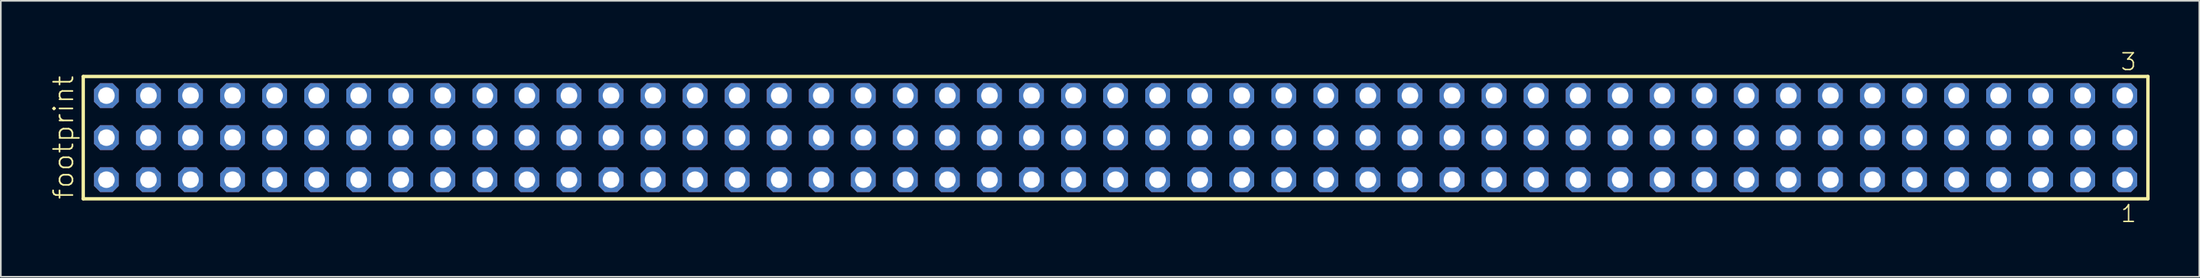
<source format=kicad_pcb>
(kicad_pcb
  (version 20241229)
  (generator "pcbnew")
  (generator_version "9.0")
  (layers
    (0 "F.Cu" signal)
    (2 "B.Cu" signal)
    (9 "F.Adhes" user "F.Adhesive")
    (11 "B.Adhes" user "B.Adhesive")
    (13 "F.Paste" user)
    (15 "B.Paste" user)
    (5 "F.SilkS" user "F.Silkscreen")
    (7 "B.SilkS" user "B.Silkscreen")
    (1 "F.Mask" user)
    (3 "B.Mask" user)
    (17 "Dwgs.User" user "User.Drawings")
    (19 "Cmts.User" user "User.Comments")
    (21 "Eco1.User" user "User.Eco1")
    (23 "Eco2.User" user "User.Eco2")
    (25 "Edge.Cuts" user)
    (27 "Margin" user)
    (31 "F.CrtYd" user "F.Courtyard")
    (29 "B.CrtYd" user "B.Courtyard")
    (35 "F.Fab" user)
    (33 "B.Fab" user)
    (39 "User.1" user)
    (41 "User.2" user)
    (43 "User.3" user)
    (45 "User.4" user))
  (footprint "footprint"
    (layer "F.Cu")
    (at 64.338 5.265)
    (property "Reference" "footprint" (at -62.865 3.81 90) (layer "F.SilkS") (effects (font (size 1.168 1.168) (thickness 0.102)) (justify left bottom)))
    (fp_line (start -62.359 -3.695) (end 62.359 -3.695) (stroke (width 0.203) (type solid)) (layer "F.SilkS"))
    (fp_line (start -62.359 3.695) (end -62.359 -3.695) (stroke (width 0.203) (type solid)) (layer "F.SilkS"))
    (fp_line (start 62.359 -3.695) (end 62.359 3.695) (stroke (width 0.203) (type solid)) (layer "F.SilkS"))
    (fp_line (start 62.359 3.695) (end -62.359 3.695) (stroke (width 0.203) (type solid)) (layer "F.SilkS"))
    (fp_poly (pts (xy -61.31 -2.19) (xy -60.61 -2.19) (xy -60.61 -2.89) (xy -61.31 -2.89)) (stroke (width 0.1) (type solid)) (fill no) (layer "F.Fab"))
    (fp_poly (pts (xy -61.31 0.35) (xy -60.61 0.35) (xy -60.61 -0.35) (xy -61.31 -0.35)) (stroke (width 0.1) (type solid)) (fill no) (layer "F.Fab"))
    (fp_poly (pts (xy -61.31 2.89) (xy -60.61 2.89) (xy -60.61 2.19) (xy -61.31 2.19)) (stroke (width 0.1) (type solid)) (fill no) (layer "F.Fab"))
    (fp_poly (pts (xy -58.77 -2.19) (xy -58.07 -2.19) (xy -58.07 -2.89) (xy -58.77 -2.89)) (stroke (width 0.1) (type solid)) (fill no) (layer "F.Fab"))
    (fp_poly (pts (xy -58.77 0.35) (xy -58.07 0.35) (xy -58.07 -0.35) (xy -58.77 -0.35)) (stroke (width 0.1) (type solid)) (fill no) (layer "F.Fab"))
    (fp_poly (pts (xy -58.77 2.89) (xy -58.07 2.89) (xy -58.07 2.19) (xy -58.77 2.19)) (stroke (width 0.1) (type solid)) (fill no) (layer "F.Fab"))
    (fp_poly (pts (xy -56.23 -2.19) (xy -55.53 -2.19) (xy -55.53 -2.89) (xy -56.23 -2.89)) (stroke (width 0.1) (type solid)) (fill no) (layer "F.Fab"))
    (fp_poly (pts (xy -56.23 0.35) (xy -55.53 0.35) (xy -55.53 -0.35) (xy -56.23 -0.35)) (stroke (width 0.1) (type solid)) (fill no) (layer "F.Fab"))
    (fp_poly (pts (xy -56.23 2.89) (xy -55.53 2.89) (xy -55.53 2.19) (xy -56.23 2.19)) (stroke (width 0.1) (type solid)) (fill no) (layer "F.Fab"))
    (fp_poly (pts (xy -53.69 -2.19) (xy -52.99 -2.19) (xy -52.99 -2.89) (xy -53.69 -2.89)) (stroke (width 0.1) (type solid)) (fill no) (layer "F.Fab"))
    (fp_poly (pts (xy -53.69 0.35) (xy -52.99 0.35) (xy -52.99 -0.35) (xy -53.69 -0.35)) (stroke (width 0.1) (type solid)) (fill no) (layer "F.Fab"))
    (fp_poly (pts (xy -53.69 2.89) (xy -52.99 2.89) (xy -52.99 2.19) (xy -53.69 2.19)) (stroke (width 0.1) (type solid)) (fill no) (layer "F.Fab"))
    (fp_poly (pts (xy -51.15 -2.19) (xy -50.45 -2.19) (xy -50.45 -2.89) (xy -51.15 -2.89)) (stroke (width 0.1) (type solid)) (fill no) (layer "F.Fab"))
    (fp_poly (pts (xy -51.15 0.35) (xy -50.45 0.35) (xy -50.45 -0.35) (xy -51.15 -0.35)) (stroke (width 0.1) (type solid)) (fill no) (layer "F.Fab"))
    (fp_poly (pts (xy -51.15 2.89) (xy -50.45 2.89) (xy -50.45 2.19) (xy -51.15 2.19)) (stroke (width 0.1) (type solid)) (fill no) (layer "F.Fab"))
    (fp_poly (pts (xy -48.61 -2.19) (xy -47.91 -2.19) (xy -47.91 -2.89) (xy -48.61 -2.89)) (stroke (width 0.1) (type solid)) (fill no) (layer "F.Fab"))
    (fp_poly (pts (xy -48.61 0.35) (xy -47.91 0.35) (xy -47.91 -0.35) (xy -48.61 -0.35)) (stroke (width 0.1) (type solid)) (fill no) (layer "F.Fab"))
    (fp_poly (pts (xy -48.61 2.89) (xy -47.91 2.89) (xy -47.91 2.19) (xy -48.61 2.19)) (stroke (width 0.1) (type solid)) (fill no) (layer "F.Fab"))
    (fp_poly (pts (xy -46.07 -2.19) (xy -45.37 -2.19) (xy -45.37 -2.89) (xy -46.07 -2.89)) (stroke (width 0.1) (type solid)) (fill no) (layer "F.Fab"))
    (fp_poly (pts (xy -46.07 0.35) (xy -45.37 0.35) (xy -45.37 -0.35) (xy -46.07 -0.35)) (stroke (width 0.1) (type solid)) (fill no) (layer "F.Fab"))
    (fp_poly (pts (xy -46.07 2.89) (xy -45.37 2.89) (xy -45.37 2.19) (xy -46.07 2.19)) (stroke (width 0.1) (type solid)) (fill no) (layer "F.Fab"))
    (fp_poly (pts (xy -43.53 -2.19) (xy -42.83 -2.19) (xy -42.83 -2.89) (xy -43.53 -2.89)) (stroke (width 0.1) (type solid)) (fill no) (layer "F.Fab"))
    (fp_poly (pts (xy -43.53 0.35) (xy -42.83 0.35) (xy -42.83 -0.35) (xy -43.53 -0.35)) (stroke (width 0.1) (type solid)) (fill no) (layer "F.Fab"))
    (fp_poly (pts (xy -43.53 2.89) (xy -42.83 2.89) (xy -42.83 2.19) (xy -43.53 2.19)) (stroke (width 0.1) (type solid)) (fill no) (layer "F.Fab"))
    (fp_poly (pts (xy -40.99 -2.19) (xy -40.29 -2.19) (xy -40.29 -2.89) (xy -40.99 -2.89)) (stroke (width 0.1) (type solid)) (fill no) (layer "F.Fab"))
    (fp_poly (pts (xy -40.99 0.35) (xy -40.29 0.35) (xy -40.29 -0.35) (xy -40.99 -0.35)) (stroke (width 0.1) (type solid)) (fill no) (layer "F.Fab"))
    (fp_poly (pts (xy -40.99 2.89) (xy -40.29 2.89) (xy -40.29 2.19) (xy -40.99 2.19)) (stroke (width 0.1) (type solid)) (fill no) (layer "F.Fab"))
    (fp_poly (pts (xy -38.45 -2.19) (xy -37.75 -2.19) (xy -37.75 -2.89) (xy -38.45 -2.89)) (stroke (width 0.1) (type solid)) (fill no) (layer "F.Fab"))
    (fp_poly (pts (xy -38.45 0.35) (xy -37.75 0.35) (xy -37.75 -0.35) (xy -38.45 -0.35)) (stroke (width 0.1) (type solid)) (fill no) (layer "F.Fab"))
    (fp_poly (pts (xy -38.45 2.89) (xy -37.75 2.89) (xy -37.75 2.19) (xy -38.45 2.19)) (stroke (width 0.1) (type solid)) (fill no) (layer "F.Fab"))
    (fp_poly (pts (xy -35.91 -2.19) (xy -35.21 -2.19) (xy -35.21 -2.89) (xy -35.91 -2.89)) (stroke (width 0.1) (type solid)) (fill no) (layer "F.Fab"))
    (fp_poly (pts (xy -35.91 0.35) (xy -35.21 0.35) (xy -35.21 -0.35) (xy -35.91 -0.35)) (stroke (width 0.1) (type solid)) (fill no) (layer "F.Fab"))
    (fp_poly (pts (xy -35.91 2.89) (xy -35.21 2.89) (xy -35.21 2.19) (xy -35.91 2.19)) (stroke (width 0.1) (type solid)) (fill no) (layer "F.Fab"))
    (fp_poly (pts (xy -33.37 -2.19) (xy -32.67 -2.19) (xy -32.67 -2.89) (xy -33.37 -2.89)) (stroke (width 0.1) (type solid)) (fill no) (layer "F.Fab"))
    (fp_poly (pts (xy -33.37 0.35) (xy -32.67 0.35) (xy -32.67 -0.35) (xy -33.37 -0.35)) (stroke (width 0.1) (type solid)) (fill no) (layer "F.Fab"))
    (fp_poly (pts (xy -33.37 2.89) (xy -32.67 2.89) (xy -32.67 2.19) (xy -33.37 2.19)) (stroke (width 0.1) (type solid)) (fill no) (layer "F.Fab"))
    (fp_poly (pts (xy -30.83 -2.19) (xy -30.13 -2.19) (xy -30.13 -2.89) (xy -30.83 -2.89)) (stroke (width 0.1) (type solid)) (fill no) (layer "F.Fab"))
    (fp_poly (pts (xy -30.83 0.35) (xy -30.13 0.35) (xy -30.13 -0.35) (xy -30.83 -0.35)) (stroke (width 0.1) (type solid)) (fill no) (layer "F.Fab"))
    (fp_poly (pts (xy -30.83 2.89) (xy -30.13 2.89) (xy -30.13 2.19) (xy -30.83 2.19)) (stroke (width 0.1) (type solid)) (fill no) (layer "F.Fab"))
    (fp_poly (pts (xy -28.29 -2.19) (xy -27.59 -2.19) (xy -27.59 -2.89) (xy -28.29 -2.89)) (stroke (width 0.1) (type solid)) (fill no) (layer "F.Fab"))
    (fp_poly (pts (xy -28.29 0.35) (xy -27.59 0.35) (xy -27.59 -0.35) (xy -28.29 -0.35)) (stroke (width 0.1) (type solid)) (fill no) (layer "F.Fab"))
    (fp_poly (pts (xy -28.29 2.89) (xy -27.59 2.89) (xy -27.59 2.19) (xy -28.29 2.19)) (stroke (width 0.1) (type solid)) (fill no) (layer "F.Fab"))
    (fp_poly (pts (xy -25.75 -2.19) (xy -25.05 -2.19) (xy -25.05 -2.89) (xy -25.75 -2.89)) (stroke (width 0.1) (type solid)) (fill no) (layer "F.Fab"))
    (fp_poly (pts (xy -25.75 0.35) (xy -25.05 0.35) (xy -25.05 -0.35) (xy -25.75 -0.35)) (stroke (width 0.1) (type solid)) (fill no) (layer "F.Fab"))
    (fp_poly (pts (xy -25.75 2.89) (xy -25.05 2.89) (xy -25.05 2.19) (xy -25.75 2.19)) (stroke (width 0.1) (type solid)) (fill no) (layer "F.Fab"))
    (fp_poly (pts (xy -23.21 -2.19) (xy -22.51 -2.19) (xy -22.51 -2.89) (xy -23.21 -2.89)) (stroke (width 0.1) (type solid)) (fill no) (layer "F.Fab"))
    (fp_poly (pts (xy -23.21 0.35) (xy -22.51 0.35) (xy -22.51 -0.35) (xy -23.21 -0.35)) (stroke (width 0.1) (type solid)) (fill no) (layer "F.Fab"))
    (fp_poly (pts (xy -23.21 2.89) (xy -22.51 2.89) (xy -22.51 2.19) (xy -23.21 2.19)) (stroke (width 0.1) (type solid)) (fill no) (layer "F.Fab"))
    (fp_poly (pts (xy -20.67 -2.19) (xy -19.97 -2.19) (xy -19.97 -2.89) (xy -20.67 -2.89)) (stroke (width 0.1) (type solid)) (fill no) (layer "F.Fab"))
    (fp_poly (pts (xy -20.67 0.35) (xy -19.97 0.35) (xy -19.97 -0.35) (xy -20.67 -0.35)) (stroke (width 0.1) (type solid)) (fill no) (layer "F.Fab"))
    (fp_poly (pts (xy -20.67 2.89) (xy -19.97 2.89) (xy -19.97 2.19) (xy -20.67 2.19)) (stroke (width 0.1) (type solid)) (fill no) (layer "F.Fab"))
    (fp_poly (pts (xy -18.13 -2.19) (xy -17.43 -2.19) (xy -17.43 -2.89) (xy -18.13 -2.89)) (stroke (width 0.1) (type solid)) (fill no) (layer "F.Fab"))
    (fp_poly (pts (xy -18.13 0.35) (xy -17.43 0.35) (xy -17.43 -0.35) (xy -18.13 -0.35)) (stroke (width 0.1) (type solid)) (fill no) (layer "F.Fab"))
    (fp_poly (pts (xy -18.13 2.89) (xy -17.43 2.89) (xy -17.43 2.19) (xy -18.13 2.19)) (stroke (width 0.1) (type solid)) (fill no) (layer "F.Fab"))
    (fp_poly (pts (xy -15.59 -2.19) (xy -14.89 -2.19) (xy -14.89 -2.89) (xy -15.59 -2.89)) (stroke (width 0.1) (type solid)) (fill no) (layer "F.Fab"))
    (fp_poly (pts (xy -15.59 0.35) (xy -14.89 0.35) (xy -14.89 -0.35) (xy -15.59 -0.35)) (stroke (width 0.1) (type solid)) (fill no) (layer "F.Fab"))
    (fp_poly (pts (xy -15.59 2.89) (xy -14.89 2.89) (xy -14.89 2.19) (xy -15.59 2.19)) (stroke (width 0.1) (type solid)) (fill no) (layer "F.Fab"))
    (fp_poly (pts (xy -13.05 -2.19) (xy -12.35 -2.19) (xy -12.35 -2.89) (xy -13.05 -2.89)) (stroke (width 0.1) (type solid)) (fill no) (layer "F.Fab"))
    (fp_poly (pts (xy -13.05 0.35) (xy -12.35 0.35) (xy -12.35 -0.35) (xy -13.05 -0.35)) (stroke (width 0.1) (type solid)) (fill no) (layer "F.Fab"))
    (fp_poly (pts (xy -13.05 2.89) (xy -12.35 2.89) (xy -12.35 2.19) (xy -13.05 2.19)) (stroke (width 0.1) (type solid)) (fill no) (layer "F.Fab"))
    (fp_poly (pts (xy -10.51 -2.19) (xy -9.81 -2.19) (xy -9.81 -2.89) (xy -10.51 -2.89)) (stroke (width 0.1) (type solid)) (fill no) (layer "F.Fab"))
    (fp_poly (pts (xy -10.51 0.35) (xy -9.81 0.35) (xy -9.81 -0.35) (xy -10.51 -0.35)) (stroke (width 0.1) (type solid)) (fill no) (layer "F.Fab"))
    (fp_poly (pts (xy -10.51 2.89) (xy -9.81 2.89) (xy -9.81 2.19) (xy -10.51 2.19)) (stroke (width 0.1) (type solid)) (fill no) (layer "F.Fab"))
    (fp_poly (pts (xy -7.97 -2.19) (xy -7.27 -2.19) (xy -7.27 -2.89) (xy -7.97 -2.89)) (stroke (width 0.1) (type solid)) (fill no) (layer "F.Fab"))
    (fp_poly (pts (xy -7.97 0.35) (xy -7.27 0.35) (xy -7.27 -0.35) (xy -7.97 -0.35)) (stroke (width 0.1) (type solid)) (fill no) (layer "F.Fab"))
    (fp_poly (pts (xy -7.97 2.89) (xy -7.27 2.89) (xy -7.27 2.19) (xy -7.97 2.19)) (stroke (width 0.1) (type solid)) (fill no) (layer "F.Fab"))
    (fp_poly (pts (xy -5.43 -2.19) (xy -4.73 -2.19) (xy -4.73 -2.89) (xy -5.43 -2.89)) (stroke (width 0.1) (type solid)) (fill no) (layer "F.Fab"))
    (fp_poly (pts (xy -5.43 0.35) (xy -4.73 0.35) (xy -4.73 -0.35) (xy -5.43 -0.35)) (stroke (width 0.1) (type solid)) (fill no) (layer "F.Fab"))
    (fp_poly (pts (xy -5.43 2.89) (xy -4.73 2.89) (xy -4.73 2.19) (xy -5.43 2.19)) (stroke (width 0.1) (type solid)) (fill no) (layer "F.Fab"))
    (fp_poly (pts (xy -2.89 -2.19) (xy -2.19 -2.19) (xy -2.19 -2.89) (xy -2.89 -2.89)) (stroke (width 0.1) (type solid)) (fill no) (layer "F.Fab"))
    (fp_poly (pts (xy -2.89 0.35) (xy -2.19 0.35) (xy -2.19 -0.35) (xy -2.89 -0.35)) (stroke (width 0.1) (type solid)) (fill no) (layer "F.Fab"))
    (fp_poly (pts (xy -2.89 2.89) (xy -2.19 2.89) (xy -2.19 2.19) (xy -2.89 2.19)) (stroke (width 0.1) (type solid)) (fill no) (layer "F.Fab"))
    (fp_poly (pts (xy -0.35 -2.19) (xy 0.35 -2.19) (xy 0.35 -2.89) (xy -0.35 -2.89)) (stroke (width 0.1) (type solid)) (fill no) (layer "F.Fab"))
    (fp_poly (pts (xy -0.35 0.35) (xy 0.35 0.35) (xy 0.35 -0.35) (xy -0.35 -0.35)) (stroke (width 0.1) (type solid)) (fill no) (layer "F.Fab"))
    (fp_poly (pts (xy -0.35 2.89) (xy 0.35 2.89) (xy 0.35 2.19) (xy -0.35 2.19)) (stroke (width 0.1) (type solid)) (fill no) (layer "F.Fab"))
    (fp_poly (pts (xy 2.19 -2.19) (xy 2.89 -2.19) (xy 2.89 -2.89) (xy 2.19 -2.89)) (stroke (width 0.1) (type solid)) (fill no) (layer "F.Fab"))
    (fp_poly (pts (xy 2.19 0.35) (xy 2.89 0.35) (xy 2.89 -0.35) (xy 2.19 -0.35)) (stroke (width 0.1) (type solid)) (fill no) (layer "F.Fab"))
    (fp_poly (pts (xy 2.19 2.89) (xy 2.89 2.89) (xy 2.89 2.19) (xy 2.19 2.19)) (stroke (width 0.1) (type solid)) (fill no) (layer "F.Fab"))
    (fp_poly (pts (xy 4.73 -2.19) (xy 5.43 -2.19) (xy 5.43 -2.89) (xy 4.73 -2.89)) (stroke (width 0.1) (type solid)) (fill no) (layer "F.Fab"))
    (fp_poly (pts (xy 4.73 0.35) (xy 5.43 0.35) (xy 5.43 -0.35) (xy 4.73 -0.35)) (stroke (width 0.1) (type solid)) (fill no) (layer "F.Fab"))
    (fp_poly (pts (xy 4.73 2.89) (xy 5.43 2.89) (xy 5.43 2.19) (xy 4.73 2.19)) (stroke (width 0.1) (type solid)) (fill no) (layer "F.Fab"))
    (fp_poly (pts (xy 7.27 -2.19) (xy 7.97 -2.19) (xy 7.97 -2.89) (xy 7.27 -2.89)) (stroke (width 0.1) (type solid)) (fill no) (layer "F.Fab"))
    (fp_poly (pts (xy 7.27 0.35) (xy 7.97 0.35) (xy 7.97 -0.35) (xy 7.27 -0.35)) (stroke (width 0.1) (type solid)) (fill no) (layer "F.Fab"))
    (fp_poly (pts (xy 7.27 2.89) (xy 7.97 2.89) (xy 7.97 2.19) (xy 7.27 2.19)) (stroke (width 0.1) (type solid)) (fill no) (layer "F.Fab"))
    (fp_poly (pts (xy 9.81 -2.19) (xy 10.51 -2.19) (xy 10.51 -2.89) (xy 9.81 -2.89)) (stroke (width 0.1) (type solid)) (fill no) (layer "F.Fab"))
    (fp_poly (pts (xy 9.81 0.35) (xy 10.51 0.35) (xy 10.51 -0.35) (xy 9.81 -0.35)) (stroke (width 0.1) (type solid)) (fill no) (layer "F.Fab"))
    (fp_poly (pts (xy 9.81 2.89) (xy 10.51 2.89) (xy 10.51 2.19) (xy 9.81 2.19)) (stroke (width 0.1) (type solid)) (fill no) (layer "F.Fab"))
    (fp_poly (pts (xy 12.35 -2.19) (xy 13.05 -2.19) (xy 13.05 -2.89) (xy 12.35 -2.89)) (stroke (width 0.1) (type solid)) (fill no) (layer "F.Fab"))
    (fp_poly (pts (xy 12.35 0.35) (xy 13.05 0.35) (xy 13.05 -0.35) (xy 12.35 -0.35)) (stroke (width 0.1) (type solid)) (fill no) (layer "F.Fab"))
    (fp_poly (pts (xy 12.35 2.89) (xy 13.05 2.89) (xy 13.05 2.19) (xy 12.35 2.19)) (stroke (width 0.1) (type solid)) (fill no) (layer "F.Fab"))
    (fp_poly (pts (xy 14.89 -2.19) (xy 15.59 -2.19) (xy 15.59 -2.89) (xy 14.89 -2.89)) (stroke (width 0.1) (type solid)) (fill no) (layer "F.Fab"))
    (fp_poly (pts (xy 14.89 0.35) (xy 15.59 0.35) (xy 15.59 -0.35) (xy 14.89 -0.35)) (stroke (width 0.1) (type solid)) (fill no) (layer "F.Fab"))
    (fp_poly (pts (xy 14.89 2.89) (xy 15.59 2.89) (xy 15.59 2.19) (xy 14.89 2.19)) (stroke (width 0.1) (type solid)) (fill no) (layer "F.Fab"))
    (fp_poly (pts (xy 17.43 -2.19) (xy 18.13 -2.19) (xy 18.13 -2.89) (xy 17.43 -2.89)) (stroke (width 0.1) (type solid)) (fill no) (layer "F.Fab"))
    (fp_poly (pts (xy 17.43 0.35) (xy 18.13 0.35) (xy 18.13 -0.35) (xy 17.43 -0.35)) (stroke (width 0.1) (type solid)) (fill no) (layer "F.Fab"))
    (fp_poly (pts (xy 17.43 2.89) (xy 18.13 2.89) (xy 18.13 2.19) (xy 17.43 2.19)) (stroke (width 0.1) (type solid)) (fill no) (layer "F.Fab"))
    (fp_poly (pts (xy 19.97 -2.19) (xy 20.67 -2.19) (xy 20.67 -2.89) (xy 19.97 -2.89)) (stroke (width 0.1) (type solid)) (fill no) (layer "F.Fab"))
    (fp_poly (pts (xy 19.97 0.35) (xy 20.67 0.35) (xy 20.67 -0.35) (xy 19.97 -0.35)) (stroke (width 0.1) (type solid)) (fill no) (layer "F.Fab"))
    (fp_poly (pts (xy 19.97 2.89) (xy 20.67 2.89) (xy 20.67 2.19) (xy 19.97 2.19)) (stroke (width 0.1) (type solid)) (fill no) (layer "F.Fab"))
    (fp_poly (pts (xy 22.51 -2.19) (xy 23.21 -2.19) (xy 23.21 -2.89) (xy 22.51 -2.89)) (stroke (width 0.1) (type solid)) (fill no) (layer "F.Fab"))
    (fp_poly (pts (xy 22.51 0.35) (xy 23.21 0.35) (xy 23.21 -0.35) (xy 22.51 -0.35)) (stroke (width 0.1) (type solid)) (fill no) (layer "F.Fab"))
    (fp_poly (pts (xy 22.51 2.89) (xy 23.21 2.89) (xy 23.21 2.19) (xy 22.51 2.19)) (stroke (width 0.1) (type solid)) (fill no) (layer "F.Fab"))
    (fp_poly (pts (xy 25.05 -2.19) (xy 25.75 -2.19) (xy 25.75 -2.89) (xy 25.05 -2.89)) (stroke (width 0.1) (type solid)) (fill no) (layer "F.Fab"))
    (fp_poly (pts (xy 25.05 0.35) (xy 25.75 0.35) (xy 25.75 -0.35) (xy 25.05 -0.35)) (stroke (width 0.1) (type solid)) (fill no) (layer "F.Fab"))
    (fp_poly (pts (xy 25.05 2.89) (xy 25.75 2.89) (xy 25.75 2.19) (xy 25.05 2.19)) (stroke (width 0.1) (type solid)) (fill no) (layer "F.Fab"))
    (fp_poly (pts (xy 27.59 -2.19) (xy 28.29 -2.19) (xy 28.29 -2.89) (xy 27.59 -2.89)) (stroke (width 0.1) (type solid)) (fill no) (layer "F.Fab"))
    (fp_poly (pts (xy 27.59 0.35) (xy 28.29 0.35) (xy 28.29 -0.35) (xy 27.59 -0.35)) (stroke (width 0.1) (type solid)) (fill no) (layer "F.Fab"))
    (fp_poly (pts (xy 27.59 2.89) (xy 28.29 2.89) (xy 28.29 2.19) (xy 27.59 2.19)) (stroke (width 0.1) (type solid)) (fill no) (layer "F.Fab"))
    (fp_poly (pts (xy 30.13 -2.19) (xy 30.83 -2.19) (xy 30.83 -2.89) (xy 30.13 -2.89)) (stroke (width 0.1) (type solid)) (fill no) (layer "F.Fab"))
    (fp_poly (pts (xy 30.13 0.35) (xy 30.83 0.35) (xy 30.83 -0.35) (xy 30.13 -0.35)) (stroke (width 0.1) (type solid)) (fill no) (layer "F.Fab"))
    (fp_poly (pts (xy 30.13 2.89) (xy 30.83 2.89) (xy 30.83 2.19) (xy 30.13 2.19)) (stroke (width 0.1) (type solid)) (fill no) (layer "F.Fab"))
    (fp_poly (pts (xy 32.67 -2.19) (xy 33.37 -2.19) (xy 33.37 -2.89) (xy 32.67 -2.89)) (stroke (width 0.1) (type solid)) (fill no) (layer "F.Fab"))
    (fp_poly (pts (xy 32.67 0.35) (xy 33.37 0.35) (xy 33.37 -0.35) (xy 32.67 -0.35)) (stroke (width 0.1) (type solid)) (fill no) (layer "F.Fab"))
    (fp_poly (pts (xy 32.67 2.89) (xy 33.37 2.89) (xy 33.37 2.19) (xy 32.67 2.19)) (stroke (width 0.1) (type solid)) (fill no) (layer "F.Fab"))
    (fp_poly (pts (xy 35.21 -2.19) (xy 35.91 -2.19) (xy 35.91 -2.89) (xy 35.21 -2.89)) (stroke (width 0.1) (type solid)) (fill no) (layer "F.Fab"))
    (fp_poly (pts (xy 35.21 0.35) (xy 35.91 0.35) (xy 35.91 -0.35) (xy 35.21 -0.35)) (stroke (width 0.1) (type solid)) (fill no) (layer "F.Fab"))
    (fp_poly (pts (xy 35.21 2.89) (xy 35.91 2.89) (xy 35.91 2.19) (xy 35.21 2.19)) (stroke (width 0.1) (type solid)) (fill no) (layer "F.Fab"))
    (fp_poly (pts (xy 37.75 -2.19) (xy 38.45 -2.19) (xy 38.45 -2.89) (xy 37.75 -2.89)) (stroke (width 0.1) (type solid)) (fill no) (layer "F.Fab"))
    (fp_poly (pts (xy 37.75 0.35) (xy 38.45 0.35) (xy 38.45 -0.35) (xy 37.75 -0.35)) (stroke (width 0.1) (type solid)) (fill no) (layer "F.Fab"))
    (fp_poly (pts (xy 37.75 2.89) (xy 38.45 2.89) (xy 38.45 2.19) (xy 37.75 2.19)) (stroke (width 0.1) (type solid)) (fill no) (layer "F.Fab"))
    (fp_poly (pts (xy 40.29 -2.19) (xy 40.99 -2.19) (xy 40.99 -2.89) (xy 40.29 -2.89)) (stroke (width 0.1) (type solid)) (fill no) (layer "F.Fab"))
    (fp_poly (pts (xy 40.29 0.35) (xy 40.99 0.35) (xy 40.99 -0.35) (xy 40.29 -0.35)) (stroke (width 0.1) (type solid)) (fill no) (layer "F.Fab"))
    (fp_poly (pts (xy 40.29 2.89) (xy 40.99 2.89) (xy 40.99 2.19) (xy 40.29 2.19)) (stroke (width 0.1) (type solid)) (fill no) (layer "F.Fab"))
    (fp_poly (pts (xy 42.83 -2.19) (xy 43.53 -2.19) (xy 43.53 -2.89) (xy 42.83 -2.89)) (stroke (width 0.1) (type solid)) (fill no) (layer "F.Fab"))
    (fp_poly (pts (xy 42.83 0.35) (xy 43.53 0.35) (xy 43.53 -0.35) (xy 42.83 -0.35)) (stroke (width 0.1) (type solid)) (fill no) (layer "F.Fab"))
    (fp_poly (pts (xy 42.83 2.89) (xy 43.53 2.89) (xy 43.53 2.19) (xy 42.83 2.19)) (stroke (width 0.1) (type solid)) (fill no) (layer "F.Fab"))
    (fp_poly (pts (xy 45.37 -2.19) (xy 46.07 -2.19) (xy 46.07 -2.89) (xy 45.37 -2.89)) (stroke (width 0.1) (type solid)) (fill no) (layer "F.Fab"))
    (fp_poly (pts (xy 45.37 0.35) (xy 46.07 0.35) (xy 46.07 -0.35) (xy 45.37 -0.35)) (stroke (width 0.1) (type solid)) (fill no) (layer "F.Fab"))
    (fp_poly (pts (xy 45.37 2.89) (xy 46.07 2.89) (xy 46.07 2.19) (xy 45.37 2.19)) (stroke (width 0.1) (type solid)) (fill no) (layer "F.Fab"))
    (fp_poly (pts (xy 47.91 -2.19) (xy 48.61 -2.19) (xy 48.61 -2.89) (xy 47.91 -2.89)) (stroke (width 0.1) (type solid)) (fill no) (layer "F.Fab"))
    (fp_poly (pts (xy 47.91 0.35) (xy 48.61 0.35) (xy 48.61 -0.35) (xy 47.91 -0.35)) (stroke (width 0.1) (type solid)) (fill no) (layer "F.Fab"))
    (fp_poly (pts (xy 47.91 2.89) (xy 48.61 2.89) (xy 48.61 2.19) (xy 47.91 2.19)) (stroke (width 0.1) (type solid)) (fill no) (layer "F.Fab"))
    (fp_poly (pts (xy 50.45 -2.19) (xy 51.15 -2.19) (xy 51.15 -2.89) (xy 50.45 -2.89)) (stroke (width 0.1) (type solid)) (fill no) (layer "F.Fab"))
    (fp_poly (pts (xy 50.45 0.35) (xy 51.15 0.35) (xy 51.15 -0.35) (xy 50.45 -0.35)) (stroke (width 0.1) (type solid)) (fill no) (layer "F.Fab"))
    (fp_poly (pts (xy 50.45 2.89) (xy 51.15 2.89) (xy 51.15 2.19) (xy 50.45 2.19)) (stroke (width 0.1) (type solid)) (fill no) (layer "F.Fab"))
    (fp_poly (pts (xy 52.99 -2.19) (xy 53.69 -2.19) (xy 53.69 -2.89) (xy 52.99 -2.89)) (stroke (width 0.1) (type solid)) (fill no) (layer "F.Fab"))
    (fp_poly (pts (xy 52.99 0.35) (xy 53.69 0.35) (xy 53.69 -0.35) (xy 52.99 -0.35)) (stroke (width 0.1) (type solid)) (fill no) (layer "F.Fab"))
    (fp_poly (pts (xy 52.99 2.89) (xy 53.69 2.89) (xy 53.69 2.19) (xy 52.99 2.19)) (stroke (width 0.1) (type solid)) (fill no) (layer "F.Fab"))
    (fp_poly (pts (xy 55.53 -2.19) (xy 56.23 -2.19) (xy 56.23 -2.89) (xy 55.53 -2.89)) (stroke (width 0.1) (type solid)) (fill no) (layer "F.Fab"))
    (fp_poly (pts (xy 55.53 0.35) (xy 56.23 0.35) (xy 56.23 -0.35) (xy 55.53 -0.35)) (stroke (width 0.1) (type solid)) (fill no) (layer "F.Fab"))
    (fp_poly (pts (xy 55.53 2.89) (xy 56.23 2.89) (xy 56.23 2.19) (xy 55.53 2.19)) (stroke (width 0.1) (type solid)) (fill no) (layer "F.Fab"))
    (fp_poly (pts (xy 58.07 -2.19) (xy 58.77 -2.19) (xy 58.77 -2.89) (xy 58.07 -2.89)) (stroke (width 0.1) (type solid)) (fill no) (layer "F.Fab"))
    (fp_poly (pts (xy 58.07 0.35) (xy 58.77 0.35) (xy 58.77 -0.35) (xy 58.07 -0.35)) (stroke (width 0.1) (type solid)) (fill no) (layer "F.Fab"))
    (fp_poly (pts (xy 58.07 2.89) (xy 58.77 2.89) (xy 58.77 2.19) (xy 58.07 2.19)) (stroke (width 0.1) (type solid)) (fill no) (layer "F.Fab"))
    (fp_poly (pts (xy 60.61 -2.19) (xy 61.31 -2.19) (xy 61.31 -2.89) (xy 60.61 -2.89)) (stroke (width 0.1) (type solid)) (fill no) (layer "F.Fab"))
    (fp_poly (pts (xy 60.61 0.35) (xy 61.31 0.35) (xy 61.31 -0.35) (xy 60.61 -0.35)) (stroke (width 0.1) (type solid)) (fill no) (layer "F.Fab"))
    (fp_poly (pts (xy 60.61 2.89) (xy 61.31 2.89) (xy 61.31 2.19) (xy 60.61 2.19)) (stroke (width 0.1) (type solid)) (fill no) (layer "F.Fab"))
    (fp_text user "3" (at 60.648 -3.989 0) (layer "F.SilkS") (effects (font (size 1.012 1.012) (thickness 0.088)) (justify left bottom)))
    (fp_text user "1" (at 60.652 5.188 0) (layer "F.SilkS") (effects (font (size 1.012 1.012) (thickness 0.088)) (justify left bottom)))
    (pad "1" thru_hole roundrect (at 60.96 2.54 180) (size 1.5 1.5) (drill 1) (layers "*.Cu" "*.Mask") (roundrect_rratio 0.25) (chamfer_ratio 0.25) (chamfer top_left top_right bottom_left bottom_right))
    (pad "2" thru_hole roundrect (at 60.96 0 180) (size 1.5 1.5) (drill 1) (layers "*.Cu" "*.Mask") (roundrect_rratio 0.25) (chamfer_ratio 0.25) (chamfer top_left top_right bottom_left bottom_right))
    (pad "3" thru_hole roundrect (at 60.96 -2.54 180) (size 1.5 1.5) (drill 1) (layers "*.Cu" "*.Mask") (roundrect_rratio 0.25) (chamfer_ratio 0.25) (chamfer top_left top_right bottom_left bottom_right))
    (pad "4" thru_hole roundrect (at 58.42 2.54 180) (size 1.5 1.5) (drill 1) (layers "*.Cu" "*.Mask") (roundrect_rratio 0.25) (chamfer_ratio 0.25) (chamfer top_left top_right bottom_left bottom_right))
    (pad "5" thru_hole roundrect (at 58.42 0 180) (size 1.5 1.5) (drill 1) (layers "*.Cu" "*.Mask") (roundrect_rratio 0.25) (chamfer_ratio 0.25) (chamfer top_left top_right bottom_left bottom_right))
    (pad "6" thru_hole roundrect (at 58.42 -2.54 180) (size 1.5 1.5) (drill 1) (layers "*.Cu" "*.Mask") (roundrect_rratio 0.25) (chamfer_ratio 0.25) (chamfer top_left top_right bottom_left bottom_right))
    (pad "7" thru_hole roundrect (at 55.88 2.54 180) (size 1.5 1.5) (drill 1) (layers "*.Cu" "*.Mask") (roundrect_rratio 0.25) (chamfer_ratio 0.25) (chamfer top_left top_right bottom_left bottom_right))
    (pad "8" thru_hole roundrect (at 55.88 0 180) (size 1.5 1.5) (drill 1) (layers "*.Cu" "*.Mask") (roundrect_rratio 0.25) (chamfer_ratio 0.25) (chamfer top_left top_right bottom_left bottom_right))
    (pad "9" thru_hole roundrect (at 55.88 -2.54 180) (size 1.5 1.5) (drill 1) (layers "*.Cu" "*.Mask") (roundrect_rratio 0.25) (chamfer_ratio 0.25) (chamfer top_left top_right bottom_left bottom_right))
    (pad "10" thru_hole roundrect (at 53.34 2.54 180) (size 1.5 1.5) (drill 1) (layers "*.Cu" "*.Mask") (roundrect_rratio 0.25) (chamfer_ratio 0.25) (chamfer top_left top_right bottom_left bottom_right))
    (pad "11" thru_hole roundrect (at 53.34 0 180) (size 1.5 1.5) (drill 1) (layers "*.Cu" "*.Mask") (roundrect_rratio 0.25) (chamfer_ratio 0.25) (chamfer top_left top_right bottom_left bottom_right))
    (pad "12" thru_hole roundrect (at 53.34 -2.54 180) (size 1.5 1.5) (drill 1) (layers "*.Cu" "*.Mask") (roundrect_rratio 0.25) (chamfer_ratio 0.25) (chamfer top_left top_right bottom_left bottom_right))
    (pad "13" thru_hole roundrect (at 50.8 2.54 180) (size 1.5 1.5) (drill 1) (layers "*.Cu" "*.Mask") (roundrect_rratio 0.25) (chamfer_ratio 0.25) (chamfer top_left top_right bottom_left bottom_right))
    (pad "14" thru_hole roundrect (at 50.8 0 180) (size 1.5 1.5) (drill 1) (layers "*.Cu" "*.Mask") (roundrect_rratio 0.25) (chamfer_ratio 0.25) (chamfer top_left top_right bottom_left bottom_right))
    (pad "15" thru_hole roundrect (at 50.8 -2.54 180) (size 1.5 1.5) (drill 1) (layers "*.Cu" "*.Mask") (roundrect_rratio 0.25) (chamfer_ratio 0.25) (chamfer top_left top_right bottom_left bottom_right))
    (pad "16" thru_hole roundrect (at 48.26 2.54 180) (size 1.5 1.5) (drill 1) (layers "*.Cu" "*.Mask") (roundrect_rratio 0.25) (chamfer_ratio 0.25) (chamfer top_left top_right bottom_left bottom_right))
    (pad "17" thru_hole roundrect (at 48.26 0 180) (size 1.5 1.5) (drill 1) (layers "*.Cu" "*.Mask") (roundrect_rratio 0.25) (chamfer_ratio 0.25) (chamfer top_left top_right bottom_left bottom_right))
    (pad "18" thru_hole roundrect (at 48.26 -2.54 180) (size 1.5 1.5) (drill 1) (layers "*.Cu" "*.Mask") (roundrect_rratio 0.25) (chamfer_ratio 0.25) (chamfer top_left top_right bottom_left bottom_right))
    (pad "19" thru_hole roundrect (at 45.72 2.54 180) (size 1.5 1.5) (drill 1) (layers "*.Cu" "*.Mask") (roundrect_rratio 0.25) (chamfer_ratio 0.25) (chamfer top_left top_right bottom_left bottom_right))
    (pad "20" thru_hole roundrect (at 45.72 0 180) (size 1.5 1.5) (drill 1) (layers "*.Cu" "*.Mask") (roundrect_rratio 0.25) (chamfer_ratio 0.25) (chamfer top_left top_right bottom_left bottom_right))
    (pad "21" thru_hole roundrect (at 45.72 -2.54 180) (size 1.5 1.5) (drill 1) (layers "*.Cu" "*.Mask") (roundrect_rratio 0.25) (chamfer_ratio 0.25) (chamfer top_left top_right bottom_left bottom_right))
    (pad "22" thru_hole roundrect (at 43.18 2.54 180) (size 1.5 1.5) (drill 1) (layers "*.Cu" "*.Mask") (roundrect_rratio 0.25) (chamfer_ratio 0.25) (chamfer top_left top_right bottom_left bottom_right))
    (pad "23" thru_hole roundrect (at 43.18 0 180) (size 1.5 1.5) (drill 1) (layers "*.Cu" "*.Mask") (roundrect_rratio 0.25) (chamfer_ratio 0.25) (chamfer top_left top_right bottom_left bottom_right))
    (pad "24" thru_hole roundrect (at 43.18 -2.54 180) (size 1.5 1.5) (drill 1) (layers "*.Cu" "*.Mask") (roundrect_rratio 0.25) (chamfer_ratio 0.25) (chamfer top_left top_right bottom_left bottom_right))
    (pad "25" thru_hole roundrect (at 40.64 2.54 180) (size 1.5 1.5) (drill 1) (layers "*.Cu" "*.Mask") (roundrect_rratio 0.25) (chamfer_ratio 0.25) (chamfer top_left top_right bottom_left bottom_right))
    (pad "26" thru_hole roundrect (at 40.64 0 180) (size 1.5 1.5) (drill 1) (layers "*.Cu" "*.Mask") (roundrect_rratio 0.25) (chamfer_ratio 0.25) (chamfer top_left top_right bottom_left bottom_right))
    (pad "27" thru_hole roundrect (at 40.64 -2.54 180) (size 1.5 1.5) (drill 1) (layers "*.Cu" "*.Mask") (roundrect_rratio 0.25) (chamfer_ratio 0.25) (chamfer top_left top_right bottom_left bottom_right))
    (pad "28" thru_hole roundrect (at 38.1 2.54 180) (size 1.5 1.5) (drill 1) (layers "*.Cu" "*.Mask") (roundrect_rratio 0.25) (chamfer_ratio 0.25) (chamfer top_left top_right bottom_left bottom_right))
    (pad "29" thru_hole roundrect (at 38.1 0 180) (size 1.5 1.5) (drill 1) (layers "*.Cu" "*.Mask") (roundrect_rratio 0.25) (chamfer_ratio 0.25) (chamfer top_left top_right bottom_left bottom_right))
    (pad "30" thru_hole roundrect (at 38.1 -2.54 180) (size 1.5 1.5) (drill 1) (layers "*.Cu" "*.Mask") (roundrect_rratio 0.25) (chamfer_ratio 0.25) (chamfer top_left top_right bottom_left bottom_right))
    (pad "31" thru_hole roundrect (at 35.56 2.54 180) (size 1.5 1.5) (drill 1) (layers "*.Cu" "*.Mask") (roundrect_rratio 0.25) (chamfer_ratio 0.25) (chamfer top_left top_right bottom_left bottom_right))
    (pad "32" thru_hole roundrect (at 35.56 0 180) (size 1.5 1.5) (drill 1) (layers "*.Cu" "*.Mask") (roundrect_rratio 0.25) (chamfer_ratio 0.25) (chamfer top_left top_right bottom_left bottom_right))
    (pad "33" thru_hole roundrect (at 35.56 -2.54 180) (size 1.5 1.5) (drill 1) (layers "*.Cu" "*.Mask") (roundrect_rratio 0.25) (chamfer_ratio 0.25) (chamfer top_left top_right bottom_left bottom_right))
    (pad "34" thru_hole roundrect (at 33.02 2.54 180) (size 1.5 1.5) (drill 1) (layers "*.Cu" "*.Mask") (roundrect_rratio 0.25) (chamfer_ratio 0.25) (chamfer top_left top_right bottom_left bottom_right))
    (pad "35" thru_hole roundrect (at 33.02 0 180) (size 1.5 1.5) (drill 1) (layers "*.Cu" "*.Mask") (roundrect_rratio 0.25) (chamfer_ratio 0.25) (chamfer top_left top_right bottom_left bottom_right))
    (pad "36" thru_hole roundrect (at 33.02 -2.54 180) (size 1.5 1.5) (drill 1) (layers "*.Cu" "*.Mask") (roundrect_rratio 0.25) (chamfer_ratio 0.25) (chamfer top_left top_right bottom_left bottom_right))
    (pad "37" thru_hole roundrect (at 30.48 2.54 180) (size 1.5 1.5) (drill 1) (layers "*.Cu" "*.Mask") (roundrect_rratio 0.25) (chamfer_ratio 0.25) (chamfer top_left top_right bottom_left bottom_right))
    (pad "38" thru_hole roundrect (at 30.48 0 180) (size 1.5 1.5) (drill 1) (layers "*.Cu" "*.Mask") (roundrect_rratio 0.25) (chamfer_ratio 0.25) (chamfer top_left top_right bottom_left bottom_right))
    (pad "39" thru_hole roundrect (at 30.48 -2.54 180) (size 1.5 1.5) (drill 1) (layers "*.Cu" "*.Mask") (roundrect_rratio 0.25) (chamfer_ratio 0.25) (chamfer top_left top_right bottom_left bottom_right))
    (pad "40" thru_hole roundrect (at 27.94 2.54 180) (size 1.5 1.5) (drill 1) (layers "*.Cu" "*.Mask") (roundrect_rratio 0.25) (chamfer_ratio 0.25) (chamfer top_left top_right bottom_left bottom_right))
    (pad "41" thru_hole roundrect (at 27.94 0 180) (size 1.5 1.5) (drill 1) (layers "*.Cu" "*.Mask") (roundrect_rratio 0.25) (chamfer_ratio 0.25) (chamfer top_left top_right bottom_left bottom_right))
    (pad "42" thru_hole roundrect (at 27.94 -2.54 180) (size 1.5 1.5) (drill 1) (layers "*.Cu" "*.Mask") (roundrect_rratio 0.25) (chamfer_ratio 0.25) (chamfer top_left top_right bottom_left bottom_right))
    (pad "43" thru_hole roundrect (at 25.4 2.54 180) (size 1.5 1.5) (drill 1) (layers "*.Cu" "*.Mask") (roundrect_rratio 0.25) (chamfer_ratio 0.25) (chamfer top_left top_right bottom_left bottom_right))
    (pad "44" thru_hole roundrect (at 25.4 0 180) (size 1.5 1.5) (drill 1) (layers "*.Cu" "*.Mask") (roundrect_rratio 0.25) (chamfer_ratio 0.25) (chamfer top_left top_right bottom_left bottom_right))
    (pad "45" thru_hole roundrect (at 25.4 -2.54 180) (size 1.5 1.5) (drill 1) (layers "*.Cu" "*.Mask") (roundrect_rratio 0.25) (chamfer_ratio 0.25) (chamfer top_left top_right bottom_left bottom_right))
    (pad "46" thru_hole roundrect (at 22.86 2.54 180) (size 1.5 1.5) (drill 1) (layers "*.Cu" "*.Mask") (roundrect_rratio 0.25) (chamfer_ratio 0.25) (chamfer top_left top_right bottom_left bottom_right))
    (pad "47" thru_hole roundrect (at 22.86 0 180) (size 1.5 1.5) (drill 1) (layers "*.Cu" "*.Mask") (roundrect_rratio 0.25) (chamfer_ratio 0.25) (chamfer top_left top_right bottom_left bottom_right))
    (pad "48" thru_hole roundrect (at 22.86 -2.54 180) (size 1.5 1.5) (drill 1) (layers "*.Cu" "*.Mask") (roundrect_rratio 0.25) (chamfer_ratio 0.25) (chamfer top_left top_right bottom_left bottom_right))
    (pad "49" thru_hole roundrect (at 20.32 2.54 180) (size 1.5 1.5) (drill 1) (layers "*.Cu" "*.Mask") (roundrect_rratio 0.25) (chamfer_ratio 0.25) (chamfer top_left top_right bottom_left bottom_right))
    (pad "50" thru_hole roundrect (at 20.32 0 180) (size 1.5 1.5) (drill 1) (layers "*.Cu" "*.Mask") (roundrect_rratio 0.25) (chamfer_ratio 0.25) (chamfer top_left top_right bottom_left bottom_right))
    (pad "51" thru_hole roundrect (at 20.32 -2.54 180) (size 1.5 1.5) (drill 1) (layers "*.Cu" "*.Mask") (roundrect_rratio 0.25) (chamfer_ratio 0.25) (chamfer top_left top_right bottom_left bottom_right))
    (pad "52" thru_hole roundrect (at 17.78 2.54 180) (size 1.5 1.5) (drill 1) (layers "*.Cu" "*.Mask") (roundrect_rratio 0.25) (chamfer_ratio 0.25) (chamfer top_left top_right bottom_left bottom_right))
    (pad "53" thru_hole roundrect (at 17.78 0 180) (size 1.5 1.5) (drill 1) (layers "*.Cu" "*.Mask") (roundrect_rratio 0.25) (chamfer_ratio 0.25) (chamfer top_left top_right bottom_left bottom_right))
    (pad "54" thru_hole roundrect (at 17.78 -2.54 180) (size 1.5 1.5) (drill 1) (layers "*.Cu" "*.Mask") (roundrect_rratio 0.25) (chamfer_ratio 0.25) (chamfer top_left top_right bottom_left bottom_right))
    (pad "55" thru_hole roundrect (at 15.24 2.54 180) (size 1.5 1.5) (drill 1) (layers "*.Cu" "*.Mask") (roundrect_rratio 0.25) (chamfer_ratio 0.25) (chamfer top_left top_right bottom_left bottom_right))
    (pad "56" thru_hole roundrect (at 15.24 0 180) (size 1.5 1.5) (drill 1) (layers "*.Cu" "*.Mask") (roundrect_rratio 0.25) (chamfer_ratio 0.25) (chamfer top_left top_right bottom_left bottom_right))
    (pad "57" thru_hole roundrect (at 15.24 -2.54 180) (size 1.5 1.5) (drill 1) (layers "*.Cu" "*.Mask") (roundrect_rratio 0.25) (chamfer_ratio 0.25) (chamfer top_left top_right bottom_left bottom_right))
    (pad "58" thru_hole roundrect (at 12.7 2.54 180) (size 1.5 1.5) (drill 1) (layers "*.Cu" "*.Mask") (roundrect_rratio 0.25) (chamfer_ratio 0.25) (chamfer top_left top_right bottom_left bottom_right))
    (pad "59" thru_hole roundrect (at 12.7 0 180) (size 1.5 1.5) (drill 1) (layers "*.Cu" "*.Mask") (roundrect_rratio 0.25) (chamfer_ratio 0.25) (chamfer top_left top_right bottom_left bottom_right))
    (pad "60" thru_hole roundrect (at 12.7 -2.54 180) (size 1.5 1.5) (drill 1) (layers "*.Cu" "*.Mask") (roundrect_rratio 0.25) (chamfer_ratio 0.25) (chamfer top_left top_right bottom_left bottom_right))
    (pad "61" thru_hole roundrect (at 10.16 2.54 180) (size 1.5 1.5) (drill 1) (layers "*.Cu" "*.Mask") (roundrect_rratio 0.25) (chamfer_ratio 0.25) (chamfer top_left top_right bottom_left bottom_right))
    (pad "62" thru_hole roundrect (at 10.16 0 180) (size 1.5 1.5) (drill 1) (layers "*.Cu" "*.Mask") (roundrect_rratio 0.25) (chamfer_ratio 0.25) (chamfer top_left top_right bottom_left bottom_right))
    (pad "63" thru_hole roundrect (at 10.16 -2.54 180) (size 1.5 1.5) (drill 1) (layers "*.Cu" "*.Mask") (roundrect_rratio 0.25) (chamfer_ratio 0.25) (chamfer top_left top_right bottom_left bottom_right))
    (pad "64" thru_hole roundrect (at 7.62 2.54 180) (size 1.5 1.5) (drill 1) (layers "*.Cu" "*.Mask") (roundrect_rratio 0.25) (chamfer_ratio 0.25) (chamfer top_left top_right bottom_left bottom_right))
    (pad "65" thru_hole roundrect (at 7.62 0 180) (size 1.5 1.5) (drill 1) (layers "*.Cu" "*.Mask") (roundrect_rratio 0.25) (chamfer_ratio 0.25) (chamfer top_left top_right bottom_left bottom_right))
    (pad "66" thru_hole roundrect (at 7.62 -2.54 180) (size 1.5 1.5) (drill 1) (layers "*.Cu" "*.Mask") (roundrect_rratio 0.25) (chamfer_ratio 0.25) (chamfer top_left top_right bottom_left bottom_right))
    (pad "67" thru_hole roundrect (at 5.08 2.54 180) (size 1.5 1.5) (drill 1) (layers "*.Cu" "*.Mask") (roundrect_rratio 0.25) (chamfer_ratio 0.25) (chamfer top_left top_right bottom_left bottom_right))
    (pad "68" thru_hole roundrect (at 5.08 0 180) (size 1.5 1.5) (drill 1) (layers "*.Cu" "*.Mask") (roundrect_rratio 0.25) (chamfer_ratio 0.25) (chamfer top_left top_right bottom_left bottom_right))
    (pad "69" thru_hole roundrect (at 5.08 -2.54 180) (size 1.5 1.5) (drill 1) (layers "*.Cu" "*.Mask") (roundrect_rratio 0.25) (chamfer_ratio 0.25) (chamfer top_left top_right bottom_left bottom_right))
    (pad "70" thru_hole roundrect (at 2.54 2.54 180) (size 1.5 1.5) (drill 1) (layers "*.Cu" "*.Mask") (roundrect_rratio 0.25) (chamfer_ratio 0.25) (chamfer top_left top_right bottom_left bottom_right))
    (pad "71" thru_hole roundrect (at 2.54 0 180) (size 1.5 1.5) (drill 1) (layers "*.Cu" "*.Mask") (roundrect_rratio 0.25) (chamfer_ratio 0.25) (chamfer top_left top_right bottom_left bottom_right))
    (pad "72" thru_hole roundrect (at 2.54 -2.54 180) (size 1.5 1.5) (drill 1) (layers "*.Cu" "*.Mask") (roundrect_rratio 0.25) (chamfer_ratio 0.25) (chamfer top_left top_right bottom_left bottom_right))
    (pad "73" thru_hole roundrect (at 0 2.54 180) (size 1.5 1.5) (drill 1) (layers "*.Cu" "*.Mask") (roundrect_rratio 0.25) (chamfer_ratio 0.25) (chamfer top_left top_right bottom_left bottom_right))
    (pad "74" thru_hole roundrect (at 0 0 180) (size 1.5 1.5) (drill 1) (layers "*.Cu" "*.Mask") (roundrect_rratio 0.25) (chamfer_ratio 0.25) (chamfer top_left top_right bottom_left bottom_right))
    (pad "75" thru_hole roundrect (at 0 -2.54 180) (size 1.5 1.5) (drill 1) (layers "*.Cu" "*.Mask") (roundrect_rratio 0.25) (chamfer_ratio 0.25) (chamfer top_left top_right bottom_left bottom_right))
    (pad "76" thru_hole roundrect (at -2.54 2.54 180) (size 1.5 1.5) (drill 1) (layers "*.Cu" "*.Mask") (roundrect_rratio 0.25) (chamfer_ratio 0.25) (chamfer top_left top_right bottom_left bottom_right))
    (pad "77" thru_hole roundrect (at -2.54 0 180) (size 1.5 1.5) (drill 1) (layers "*.Cu" "*.Mask") (roundrect_rratio 0.25) (chamfer_ratio 0.25) (chamfer top_left top_right bottom_left bottom_right))
    (pad "78" thru_hole roundrect (at -2.54 -2.54 180) (size 1.5 1.5) (drill 1) (layers "*.Cu" "*.Mask") (roundrect_rratio 0.25) (chamfer_ratio 0.25) (chamfer top_left top_right bottom_left bottom_right))
    (pad "79" thru_hole roundrect (at -5.08 2.54 180) (size 1.5 1.5) (drill 1) (layers "*.Cu" "*.Mask") (roundrect_rratio 0.25) (chamfer_ratio 0.25) (chamfer top_left top_right bottom_left bottom_right))
    (pad "80" thru_hole roundrect (at -5.08 0 180) (size 1.5 1.5) (drill 1) (layers "*.Cu" "*.Mask") (roundrect_rratio 0.25) (chamfer_ratio 0.25) (chamfer top_left top_right bottom_left bottom_right))
    (pad "81" thru_hole roundrect (at -5.08 -2.54 180) (size 1.5 1.5) (drill 1) (layers "*.Cu" "*.Mask") (roundrect_rratio 0.25) (chamfer_ratio 0.25) (chamfer top_left top_right bottom_left bottom_right))
    (pad "82" thru_hole roundrect (at -7.62 2.54 180) (size 1.5 1.5) (drill 1) (layers "*.Cu" "*.Mask") (roundrect_rratio 0.25) (chamfer_ratio 0.25) (chamfer top_left top_right bottom_left bottom_right))
    (pad "83" thru_hole roundrect (at -7.62 0 180) (size 1.5 1.5) (drill 1) (layers "*.Cu" "*.Mask") (roundrect_rratio 0.25) (chamfer_ratio 0.25) (chamfer top_left top_right bottom_left bottom_right))
    (pad "84" thru_hole roundrect (at -7.62 -2.54 180) (size 1.5 1.5) (drill 1) (layers "*.Cu" "*.Mask") (roundrect_rratio 0.25) (chamfer_ratio 0.25) (chamfer top_left top_right bottom_left bottom_right))
    (pad "85" thru_hole roundrect (at -10.16 2.54 180) (size 1.5 1.5) (drill 1) (layers "*.Cu" "*.Mask") (roundrect_rratio 0.25) (chamfer_ratio 0.25) (chamfer top_left top_right bottom_left bottom_right))
    (pad "86" thru_hole roundrect (at -10.16 0 180) (size 1.5 1.5) (drill 1) (layers "*.Cu" "*.Mask") (roundrect_rratio 0.25) (chamfer_ratio 0.25) (chamfer top_left top_right bottom_left bottom_right))
    (pad "87" thru_hole roundrect (at -10.16 -2.54 180) (size 1.5 1.5) (drill 1) (layers "*.Cu" "*.Mask") (roundrect_rratio 0.25) (chamfer_ratio 0.25) (chamfer top_left top_right bottom_left bottom_right))
    (pad "88" thru_hole roundrect (at -12.7 2.54 180) (size 1.5 1.5) (drill 1) (layers "*.Cu" "*.Mask") (roundrect_rratio 0.25) (chamfer_ratio 0.25) (chamfer top_left top_right bottom_left bottom_right))
    (pad "89" thru_hole roundrect (at -12.7 0 180) (size 1.5 1.5) (drill 1) (layers "*.Cu" "*.Mask") (roundrect_rratio 0.25) (chamfer_ratio 0.25) (chamfer top_left top_right bottom_left bottom_right))
    (pad "90" thru_hole roundrect (at -12.7 -2.54 180) (size 1.5 1.5) (drill 1) (layers "*.Cu" "*.Mask") (roundrect_rratio 0.25) (chamfer_ratio 0.25) (chamfer top_left top_right bottom_left bottom_right))
    (pad "91" thru_hole roundrect (at -15.24 2.54 180) (size 1.5 1.5) (drill 1) (layers "*.Cu" "*.Mask") (roundrect_rratio 0.25) (chamfer_ratio 0.25) (chamfer top_left top_right bottom_left bottom_right))
    (pad "92" thru_hole roundrect (at -15.24 0 180) (size 1.5 1.5) (drill 1) (layers "*.Cu" "*.Mask") (roundrect_rratio 0.25) (chamfer_ratio 0.25) (chamfer top_left top_right bottom_left bottom_right))
    (pad "93" thru_hole roundrect (at -15.24 -2.54 180) (size 1.5 1.5) (drill 1) (layers "*.Cu" "*.Mask") (roundrect_rratio 0.25) (chamfer_ratio 0.25) (chamfer top_left top_right bottom_left bottom_right))
    (pad "94" thru_hole roundrect (at -17.78 2.54 180) (size 1.5 1.5) (drill 1) (layers "*.Cu" "*.Mask") (roundrect_rratio 0.25) (chamfer_ratio 0.25) (chamfer top_left top_right bottom_left bottom_right))
    (pad "95" thru_hole roundrect (at -17.78 0 180) (size 1.5 1.5) (drill 1) (layers "*.Cu" "*.Mask") (roundrect_rratio 0.25) (chamfer_ratio 0.25) (chamfer top_left top_right bottom_left bottom_right))
    (pad "96" thru_hole roundrect (at -17.78 -2.54 180) (size 1.5 1.5) (drill 1) (layers "*.Cu" "*.Mask") (roundrect_rratio 0.25) (chamfer_ratio 0.25) (chamfer top_left top_right bottom_left bottom_right))
    (pad "97" thru_hole roundrect (at -20.32 2.54 180) (size 1.5 1.5) (drill 1) (layers "*.Cu" "*.Mask") (roundrect_rratio 0.25) (chamfer_ratio 0.25) (chamfer top_left top_right bottom_left bottom_right))
    (pad "98" thru_hole roundrect (at -20.32 0 180) (size 1.5 1.5) (drill 1) (layers "*.Cu" "*.Mask") (roundrect_rratio 0.25) (chamfer_ratio 0.25) (chamfer top_left top_right bottom_left bottom_right))
    (pad "99" thru_hole roundrect (at -20.32 -2.54 180) (size 1.5 1.5) (drill 1) (layers "*.Cu" "*.Mask") (roundrect_rratio 0.25) (chamfer_ratio 0.25) (chamfer top_left top_right bottom_left bottom_right))
    (pad "100" thru_hole roundrect (at -22.86 2.54 180) (size 1.5 1.5) (drill 1) (layers "*.Cu" "*.Mask") (roundrect_rratio 0.25) (chamfer_ratio 0.25) (chamfer top_left top_right bottom_left bottom_right))
    (pad "101" thru_hole roundrect (at -22.86 0 180) (size 1.5 1.5) (drill 1) (layers "*.Cu" "*.Mask") (roundrect_rratio 0.25) (chamfer_ratio 0.25) (chamfer top_left top_right bottom_left bottom_right))
    (pad "102" thru_hole roundrect (at -22.86 -2.54 180) (size 1.5 1.5) (drill 1) (layers "*.Cu" "*.Mask") (roundrect_rratio 0.25) (chamfer_ratio 0.25) (chamfer top_left top_right bottom_left bottom_right))
    (pad "103" thru_hole roundrect (at -25.4 2.54 180) (size 1.5 1.5) (drill 1) (layers "*.Cu" "*.Mask") (roundrect_rratio 0.25) (chamfer_ratio 0.25) (chamfer top_left top_right bottom_left bottom_right))
    (pad "104" thru_hole roundrect (at -25.4 0 180) (size 1.5 1.5) (drill 1) (layers "*.Cu" "*.Mask") (roundrect_rratio 0.25) (chamfer_ratio 0.25) (chamfer top_left top_right bottom_left bottom_right))
    (pad "105" thru_hole roundrect (at -25.4 -2.54 180) (size 1.5 1.5) (drill 1) (layers "*.Cu" "*.Mask") (roundrect_rratio 0.25) (chamfer_ratio 0.25) (chamfer top_left top_right bottom_left bottom_right))
    (pad "106" thru_hole roundrect (at -27.94 2.54 180) (size 1.5 1.5) (drill 1) (layers "*.Cu" "*.Mask") (roundrect_rratio 0.25) (chamfer_ratio 0.25) (chamfer top_left top_right bottom_left bottom_right))
    (pad "107" thru_hole roundrect (at -27.94 0 180) (size 1.5 1.5) (drill 1) (layers "*.Cu" "*.Mask") (roundrect_rratio 0.25) (chamfer_ratio 0.25) (chamfer top_left top_right bottom_left bottom_right))
    (pad "108" thru_hole roundrect (at -27.94 -2.54 180) (size 1.5 1.5) (drill 1) (layers "*.Cu" "*.Mask") (roundrect_rratio 0.25) (chamfer_ratio 0.25) (chamfer top_left top_right bottom_left bottom_right))
    (pad "109" thru_hole roundrect (at -30.48 2.54 180) (size 1.5 1.5) (drill 1) (layers "*.Cu" "*.Mask") (roundrect_rratio 0.25) (chamfer_ratio 0.25) (chamfer top_left top_right bottom_left bottom_right))
    (pad "110" thru_hole roundrect (at -30.48 0 180) (size 1.5 1.5) (drill 1) (layers "*.Cu" "*.Mask") (roundrect_rratio 0.25) (chamfer_ratio 0.25) (chamfer top_left top_right bottom_left bottom_right))
    (pad "111" thru_hole roundrect (at -30.48 -2.54 180) (size 1.5 1.5) (drill 1) (layers "*.Cu" "*.Mask") (roundrect_rratio 0.25) (chamfer_ratio 0.25) (chamfer top_left top_right bottom_left bottom_right))
    (pad "112" thru_hole roundrect (at -33.02 2.54 180) (size 1.5 1.5) (drill 1) (layers "*.Cu" "*.Mask") (roundrect_rratio 0.25) (chamfer_ratio 0.25) (chamfer top_left top_right bottom_left bottom_right))
    (pad "113" thru_hole roundrect (at -33.02 0 180) (size 1.5 1.5) (drill 1) (layers "*.Cu" "*.Mask") (roundrect_rratio 0.25) (chamfer_ratio 0.25) (chamfer top_left top_right bottom_left bottom_right))
    (pad "114" thru_hole roundrect (at -33.02 -2.54 180) (size 1.5 1.5) (drill 1) (layers "*.Cu" "*.Mask") (roundrect_rratio 0.25) (chamfer_ratio 0.25) (chamfer top_left top_right bottom_left bottom_right))
    (pad "115" thru_hole roundrect (at -35.56 2.54 180) (size 1.5 1.5) (drill 1) (layers "*.Cu" "*.Mask") (roundrect_rratio 0.25) (chamfer_ratio 0.25) (chamfer top_left top_right bottom_left bottom_right))
    (pad "116" thru_hole roundrect (at -35.56 0 180) (size 1.5 1.5) (drill 1) (layers "*.Cu" "*.Mask") (roundrect_rratio 0.25) (chamfer_ratio 0.25) (chamfer top_left top_right bottom_left bottom_right))
    (pad "117" thru_hole roundrect (at -35.56 -2.54 180) (size 1.5 1.5) (drill 1) (layers "*.Cu" "*.Mask") (roundrect_rratio 0.25) (chamfer_ratio 0.25) (chamfer top_left top_right bottom_left bottom_right))
    (pad "118" thru_hole roundrect (at -38.1 2.54 180) (size 1.5 1.5) (drill 1) (layers "*.Cu" "*.Mask") (roundrect_rratio 0.25) (chamfer_ratio 0.25) (chamfer top_left top_right bottom_left bottom_right))
    (pad "119" thru_hole roundrect (at -38.1 0 180) (size 1.5 1.5) (drill 1) (layers "*.Cu" "*.Mask") (roundrect_rratio 0.25) (chamfer_ratio 0.25) (chamfer top_left top_right bottom_left bottom_right))
    (pad "120" thru_hole roundrect (at -38.1 -2.54 180) (size 1.5 1.5) (drill 1) (layers "*.Cu" "*.Mask") (roundrect_rratio 0.25) (chamfer_ratio 0.25) (chamfer top_left top_right bottom_left bottom_right))
    (pad "121" thru_hole roundrect (at -40.64 2.54 180) (size 1.5 1.5) (drill 1) (layers "*.Cu" "*.Mask") (roundrect_rratio 0.25) (chamfer_ratio 0.25) (chamfer top_left top_right bottom_left bottom_right))
    (pad "122" thru_hole roundrect (at -40.64 0 180) (size 1.5 1.5) (drill 1) (layers "*.Cu" "*.Mask") (roundrect_rratio 0.25) (chamfer_ratio 0.25) (chamfer top_left top_right bottom_left bottom_right))
    (pad "123" thru_hole roundrect (at -40.64 -2.54 180) (size 1.5 1.5) (drill 1) (layers "*.Cu" "*.Mask") (roundrect_rratio 0.25) (chamfer_ratio 0.25) (chamfer top_left top_right bottom_left bottom_right))
    (pad "124" thru_hole roundrect (at -43.18 2.54 180) (size 1.5 1.5) (drill 1) (layers "*.Cu" "*.Mask") (roundrect_rratio 0.25) (chamfer_ratio 0.25) (chamfer top_left top_right bottom_left bottom_right))
    (pad "125" thru_hole roundrect (at -43.18 0 180) (size 1.5 1.5) (drill 1) (layers "*.Cu" "*.Mask") (roundrect_rratio 0.25) (chamfer_ratio 0.25) (chamfer top_left top_right bottom_left bottom_right))
    (pad "126" thru_hole roundrect (at -43.18 -2.54 180) (size 1.5 1.5) (drill 1) (layers "*.Cu" "*.Mask") (roundrect_rratio 0.25) (chamfer_ratio 0.25) (chamfer top_left top_right bottom_left bottom_right))
    (pad "127" thru_hole roundrect (at -45.72 2.54 180) (size 1.5 1.5) (drill 1) (layers "*.Cu" "*.Mask") (roundrect_rratio 0.25) (chamfer_ratio 0.25) (chamfer top_left top_right bottom_left bottom_right))
    (pad "128" thru_hole roundrect (at -45.72 0 180) (size 1.5 1.5) (drill 1) (layers "*.Cu" "*.Mask") (roundrect_rratio 0.25) (chamfer_ratio 0.25) (chamfer top_left top_right bottom_left bottom_right))
    (pad "129" thru_hole roundrect (at -45.72 -2.54 180) (size 1.5 1.5) (drill 1) (layers "*.Cu" "*.Mask") (roundrect_rratio 0.25) (chamfer_ratio 0.25) (chamfer top_left top_right bottom_left bottom_right))
    (pad "130" thru_hole roundrect (at -48.26 2.54 180) (size 1.5 1.5) (drill 1) (layers "*.Cu" "*.Mask") (roundrect_rratio 0.25) (chamfer_ratio 0.25) (chamfer top_left top_right bottom_left bottom_right))
    (pad "131" thru_hole roundrect (at -48.26 0 180) (size 1.5 1.5) (drill 1) (layers "*.Cu" "*.Mask") (roundrect_rratio 0.25) (chamfer_ratio 0.25) (chamfer top_left top_right bottom_left bottom_right))
    (pad "132" thru_hole roundrect (at -48.26 -2.54 180) (size 1.5 1.5) (drill 1) (layers "*.Cu" "*.Mask") (roundrect_rratio 0.25) (chamfer_ratio 0.25) (chamfer top_left top_right bottom_left bottom_right))
    (pad "133" thru_hole roundrect (at -50.8 2.54 180) (size 1.5 1.5) (drill 1) (layers "*.Cu" "*.Mask") (roundrect_rratio 0.25) (chamfer_ratio 0.25) (chamfer top_left top_right bottom_left bottom_right))
    (pad "134" thru_hole roundrect (at -50.8 0 180) (size 1.5 1.5) (drill 1) (layers "*.Cu" "*.Mask") (roundrect_rratio 0.25) (chamfer_ratio 0.25) (chamfer top_left top_right bottom_left bottom_right))
    (pad "135" thru_hole roundrect (at -50.8 -2.54 180) (size 1.5 1.5) (drill 1) (layers "*.Cu" "*.Mask") (roundrect_rratio 0.25) (chamfer_ratio 0.25) (chamfer top_left top_right bottom_left bottom_right))
    (pad "136" thru_hole roundrect (at -53.34 2.54 180) (size 1.5 1.5) (drill 1) (layers "*.Cu" "*.Mask") (roundrect_rratio 0.25) (chamfer_ratio 0.25) (chamfer top_left top_right bottom_left bottom_right))
    (pad "137" thru_hole roundrect (at -53.34 0 180) (size 1.5 1.5) (drill 1) (layers "*.Cu" "*.Mask") (roundrect_rratio 0.25) (chamfer_ratio 0.25) (chamfer top_left top_right bottom_left bottom_right))
    (pad "138" thru_hole roundrect (at -53.34 -2.54 180) (size 1.5 1.5) (drill 1) (layers "*.Cu" "*.Mask") (roundrect_rratio 0.25) (chamfer_ratio 0.25) (chamfer top_left top_right bottom_left bottom_right))
    (pad "139" thru_hole roundrect (at -55.88 2.54 180) (size 1.5 1.5) (drill 1) (layers "*.Cu" "*.Mask") (roundrect_rratio 0.25) (chamfer_ratio 0.25) (chamfer top_left top_right bottom_left bottom_right))
    (pad "140" thru_hole roundrect (at -55.88 0 180) (size 1.5 1.5) (drill 1) (layers "*.Cu" "*.Mask") (roundrect_rratio 0.25) (chamfer_ratio 0.25) (chamfer top_left top_right bottom_left bottom_right))
    (pad "141" thru_hole roundrect (at -55.88 -2.54 180) (size 1.5 1.5) (drill 1) (layers "*.Cu" "*.Mask") (roundrect_rratio 0.25) (chamfer_ratio 0.25) (chamfer top_left top_right bottom_left bottom_right))
    (pad "142" thru_hole roundrect (at -58.42 2.54 180) (size 1.5 1.5) (drill 1) (layers "*.Cu" "*.Mask") (roundrect_rratio 0.25) (chamfer_ratio 0.25) (chamfer top_left top_right bottom_left bottom_right))
    (pad "143" thru_hole roundrect (at -58.42 0 180) (size 1.5 1.5) (drill 1) (layers "*.Cu" "*.Mask") (roundrect_rratio 0.25) (chamfer_ratio 0.25) (chamfer top_left top_right bottom_left bottom_right))
    (pad "144" thru_hole roundrect (at -58.42 -2.54 180) (size 1.5 1.5) (drill 1) (layers "*.Cu" "*.Mask") (roundrect_rratio 0.25) (chamfer_ratio 0.25) (chamfer top_left top_right bottom_left bottom_right))
    (pad "145" thru_hole roundrect (at -60.96 2.54 180) (size 1.5 1.5) (drill 1) (layers "*.Cu" "*.Mask") (roundrect_rratio 0.25) (chamfer_ratio 0.25) (chamfer top_left top_right bottom_left bottom_right))
    (pad "146" thru_hole roundrect (at -60.96 0 180) (size 1.5 1.5) (drill 1) (layers "*.Cu" "*.Mask") (roundrect_rratio 0.25) (chamfer_ratio 0.25) (chamfer top_left top_right bottom_left bottom_right))
    (pad "147" thru_hole roundrect (at -60.96 -2.54 180) (size 1.5 1.5) (drill 1) (layers "*.Cu" "*.Mask") (roundrect_rratio 0.25) (chamfer_ratio 0.25) (chamfer top_left top_right bottom_left bottom_right)))
  (gr_rect
    (start -3 -3)
    (end 129.799 13.67)
    (stroke (width 0.1) (type default))
    (fill no)
    (layer "Edge.Cuts")))
</source>
